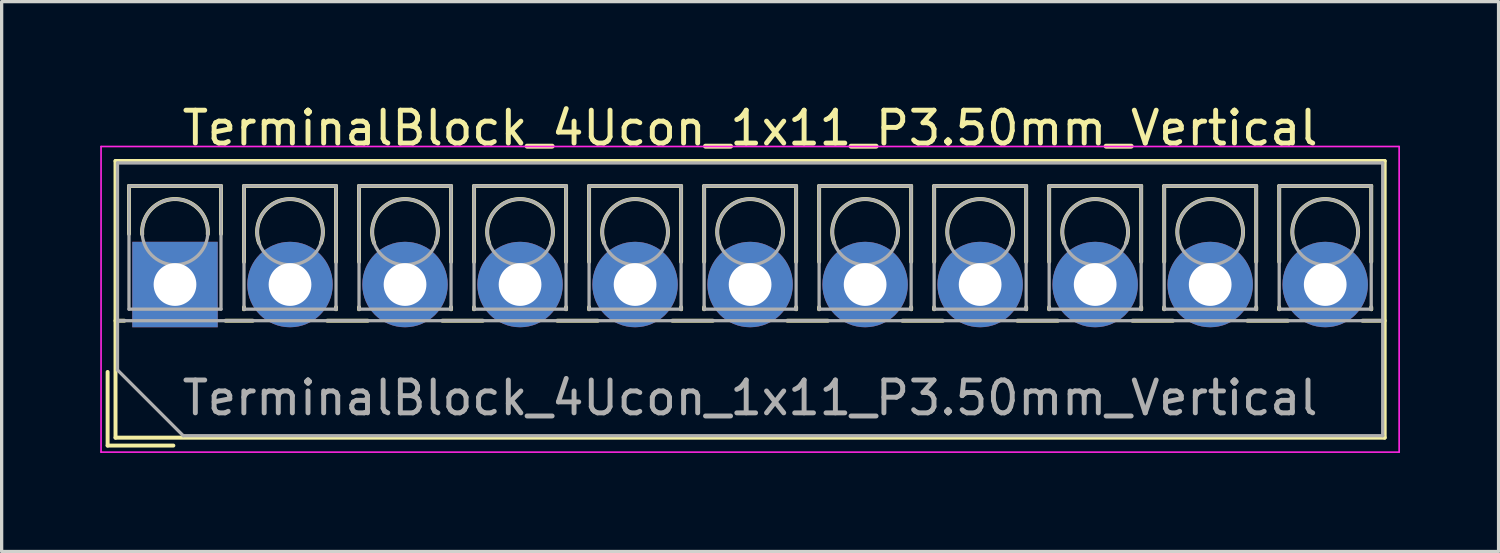
<source format=kicad_pcb>
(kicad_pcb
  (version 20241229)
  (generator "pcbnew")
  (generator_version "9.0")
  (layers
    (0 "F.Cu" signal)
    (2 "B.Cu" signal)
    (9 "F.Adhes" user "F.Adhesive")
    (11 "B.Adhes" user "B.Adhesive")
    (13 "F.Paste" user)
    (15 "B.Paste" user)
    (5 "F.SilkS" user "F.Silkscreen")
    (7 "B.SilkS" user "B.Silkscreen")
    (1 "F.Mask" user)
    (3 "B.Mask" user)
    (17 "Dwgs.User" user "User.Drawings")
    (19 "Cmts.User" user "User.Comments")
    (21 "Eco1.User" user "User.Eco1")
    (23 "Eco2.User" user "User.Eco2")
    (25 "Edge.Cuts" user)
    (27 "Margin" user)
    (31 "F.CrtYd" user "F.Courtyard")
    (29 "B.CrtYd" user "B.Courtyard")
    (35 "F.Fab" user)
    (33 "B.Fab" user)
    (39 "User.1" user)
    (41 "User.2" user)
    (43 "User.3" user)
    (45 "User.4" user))
  (footprint "TerminalBlock_4Ucon_1x11_P3.50mm_Vertical"
    (layer "F.Cu")
    (at 2.275 5.608)
    (property "Reference" "TerminalBlock_4Ucon_1x11_P3.50mm_Vertical" (at 17.5 -4.76 0) (layer "F.SilkS") (effects (font (size 1 1) (thickness 0.15))))
    (attr through_hole)
    (fp_line (start -2.05 2.66) (end -2.05 4.9) (stroke (width 0.12) (type solid)) (layer "F.SilkS"))
    (fp_line (start -2.05 4.9) (end -0.05 4.9) (stroke (width 0.12) (type solid)) (layer "F.SilkS"))
    (fp_line (start -1.81 -3.76) (end -1.81 4.66) (stroke (width 0.12) (type solid)) (layer "F.SilkS"))
    (fp_line (start -1.81 -3.76) (end 36.81 -3.76) (stroke (width 0.12) (type solid)) (layer "F.SilkS"))
    (fp_line (start -1.81 1.101) (end -1.54 1.101) (stroke (width 0.12) (type solid)) (layer "F.SilkS"))
    (fp_line (start -1.81 4.66) (end 36.81 4.66) (stroke (width 0.12) (type solid)) (layer "F.SilkS"))
    (fp_line (start -1.4 -3) (end -1.4 -1.54) (stroke (width 0.12) (type solid)) (layer "F.SilkS"))
    (fp_line (start -1.4 -3) (end 1.4 -3) (stroke (width 0.12) (type solid)) (layer "F.SilkS"))
    (fp_line (start 1.4 -3) (end 1.4 -1.54) (stroke (width 0.12) (type solid)) (layer "F.SilkS"))
    (fp_line (start 1.54 1.101) (end 2.367 1.101) (stroke (width 0.12) (type solid)) (layer "F.SilkS"))
    (fp_line (start 2.1 -3) (end 2.1 -0.689) (stroke (width 0.12) (type solid)) (layer "F.SilkS"))
    (fp_line (start 2.1 -3) (end 4.9 -3) (stroke (width 0.12) (type solid)) (layer "F.SilkS"))
    (fp_line (start 2.1 0.689) (end 2.1 0.75) (stroke (width 0.12) (type solid)) (layer "F.SilkS"))
    (fp_line (start 2.1 0.75) (end 2.101 0.75) (stroke (width 0.12) (type solid)) (layer "F.SilkS"))
    (fp_line (start 4.634 1.101) (end 5.867 1.101) (stroke (width 0.12) (type solid)) (layer "F.SilkS"))
    (fp_line (start 4.9 -3) (end 4.9 -0.689) (stroke (width 0.12) (type solid)) (layer "F.SilkS"))
    (fp_line (start 4.9 0.689) (end 4.9 0.75) (stroke (width 0.12) (type solid)) (layer "F.SilkS"))
    (fp_line (start 4.9 0.75) (end 4.9 0.75) (stroke (width 0.12) (type solid)) (layer "F.SilkS"))
    (fp_line (start 5.6 -3) (end 5.6 -0.689) (stroke (width 0.12) (type solid)) (layer "F.SilkS"))
    (fp_line (start 5.6 -3) (end 8.4 -3) (stroke (width 0.12) (type solid)) (layer "F.SilkS"))
    (fp_line (start 5.6 0.689) (end 5.6 0.75) (stroke (width 0.12) (type solid)) (layer "F.SilkS"))
    (fp_line (start 5.6 0.75) (end 5.601 0.75) (stroke (width 0.12) (type solid)) (layer "F.SilkS"))
    (fp_line (start 8.134 1.101) (end 9.367 1.101) (stroke (width 0.12) (type solid)) (layer "F.SilkS"))
    (fp_line (start 8.4 -3) (end 8.4 -0.689) (stroke (width 0.12) (type solid)) (layer "F.SilkS"))
    (fp_line (start 8.4 0.689) (end 8.4 0.75) (stroke (width 0.12) (type solid)) (layer "F.SilkS"))
    (fp_line (start 8.4 0.75) (end 8.4 0.75) (stroke (width 0.12) (type solid)) (layer "F.SilkS"))
    (fp_line (start 9.1 -3) (end 9.1 -0.689) (stroke (width 0.12) (type solid)) (layer "F.SilkS"))
    (fp_line (start 9.1 -3) (end 11.9 -3) (stroke (width 0.12) (type solid)) (layer "F.SilkS"))
    (fp_line (start 9.1 0.689) (end 9.1 0.75) (stroke (width 0.12) (type solid)) (layer "F.SilkS"))
    (fp_line (start 9.1 0.75) (end 9.101 0.75) (stroke (width 0.12) (type solid)) (layer "F.SilkS"))
    (fp_line (start 11.634 1.101) (end 12.867 1.101) (stroke (width 0.12) (type solid)) (layer "F.SilkS"))
    (fp_line (start 11.9 -3) (end 11.9 -0.689) (stroke (width 0.12) (type solid)) (layer "F.SilkS"))
    (fp_line (start 11.9 0.689) (end 11.9 0.75) (stroke (width 0.12) (type solid)) (layer "F.SilkS"))
    (fp_line (start 11.9 0.75) (end 11.9 0.75) (stroke (width 0.12) (type solid)) (layer "F.SilkS"))
    (fp_line (start 12.6 -3) (end 12.6 -0.689) (stroke (width 0.12) (type solid)) (layer "F.SilkS"))
    (fp_line (start 12.6 -3) (end 15.4 -3) (stroke (width 0.12) (type solid)) (layer "F.SilkS"))
    (fp_line (start 12.6 0.689) (end 12.6 0.75) (stroke (width 0.12) (type solid)) (layer "F.SilkS"))
    (fp_line (start 12.6 0.75) (end 12.601 0.75) (stroke (width 0.12) (type solid)) (layer "F.SilkS"))
    (fp_line (start 15.134 1.101) (end 16.367 1.101) (stroke (width 0.12) (type solid)) (layer "F.SilkS"))
    (fp_line (start 15.4 -3) (end 15.4 -0.689) (stroke (width 0.12) (type solid)) (layer "F.SilkS"))
    (fp_line (start 15.4 0.689) (end 15.4 0.75) (stroke (width 0.12) (type solid)) (layer "F.SilkS"))
    (fp_line (start 15.4 0.75) (end 15.4 0.75) (stroke (width 0.12) (type solid)) (layer "F.SilkS"))
    (fp_line (start 16.101 -3) (end 16.101 -0.689) (stroke (width 0.12) (type solid)) (layer "F.SilkS"))
    (fp_line (start 16.101 -3) (end 18.9 -3) (stroke (width 0.12) (type solid)) (layer "F.SilkS"))
    (fp_line (start 16.101 0.689) (end 16.101 0.75) (stroke (width 0.12) (type solid)) (layer "F.SilkS"))
    (fp_line (start 16.101 0.75) (end 16.101 0.75) (stroke (width 0.12) (type solid)) (layer "F.SilkS"))
    (fp_line (start 18.634 1.101) (end 19.867 1.101) (stroke (width 0.12) (type solid)) (layer "F.SilkS"))
    (fp_line (start 18.9 -3) (end 18.9 -0.689) (stroke (width 0.12) (type solid)) (layer "F.SilkS"))
    (fp_line (start 18.9 0.689) (end 18.9 0.75) (stroke (width 0.12) (type solid)) (layer "F.SilkS"))
    (fp_line (start 18.9 0.75) (end 18.9 0.75) (stroke (width 0.12) (type solid)) (layer "F.SilkS"))
    (fp_line (start 19.6 -3) (end 19.6 -0.689) (stroke (width 0.12) (type solid)) (layer "F.SilkS"))
    (fp_line (start 19.6 -3) (end 22.4 -3) (stroke (width 0.12) (type solid)) (layer "F.SilkS"))
    (fp_line (start 19.6 0.689) (end 19.6 0.75) (stroke (width 0.12) (type solid)) (layer "F.SilkS"))
    (fp_line (start 19.6 0.75) (end 19.601 0.75) (stroke (width 0.12) (type solid)) (layer "F.SilkS"))
    (fp_line (start 22.134 1.101) (end 23.367 1.101) (stroke (width 0.12) (type solid)) (layer "F.SilkS"))
    (fp_line (start 22.4 -3) (end 22.4 -0.689) (stroke (width 0.12) (type solid)) (layer "F.SilkS"))
    (fp_line (start 22.4 0.689) (end 22.4 0.75) (stroke (width 0.12) (type solid)) (layer "F.SilkS"))
    (fp_line (start 22.4 0.75) (end 22.4 0.75) (stroke (width 0.12) (type solid)) (layer "F.SilkS"))
    (fp_line (start 23.1 -3) (end 23.1 -0.689) (stroke (width 0.12) (type solid)) (layer "F.SilkS"))
    (fp_line (start 23.1 -3) (end 25.9 -3) (stroke (width 0.12) (type solid)) (layer "F.SilkS"))
    (fp_line (start 23.1 0.689) (end 23.1 0.75) (stroke (width 0.12) (type solid)) (layer "F.SilkS"))
    (fp_line (start 23.1 0.75) (end 23.101 0.75) (stroke (width 0.12) (type solid)) (layer "F.SilkS"))
    (fp_line (start 25.634 1.101) (end 26.867 1.101) (stroke (width 0.12) (type solid)) (layer "F.SilkS"))
    (fp_line (start 25.9 -3) (end 25.9 -0.689) (stroke (width 0.12) (type solid)) (layer "F.SilkS"))
    (fp_line (start 25.9 0.689) (end 25.9 0.75) (stroke (width 0.12) (type solid)) (layer "F.SilkS"))
    (fp_line (start 25.9 0.75) (end 25.9 0.75) (stroke (width 0.12) (type solid)) (layer "F.SilkS"))
    (fp_line (start 26.6 -3) (end 26.6 -0.689) (stroke (width 0.12) (type solid)) (layer "F.SilkS"))
    (fp_line (start 26.6 -3) (end 29.4 -3) (stroke (width 0.12) (type solid)) (layer "F.SilkS"))
    (fp_line (start 26.6 0.689) (end 26.6 0.75) (stroke (width 0.12) (type solid)) (layer "F.SilkS"))
    (fp_line (start 26.6 0.75) (end 26.601 0.75) (stroke (width 0.12) (type solid)) (layer "F.SilkS"))
    (fp_line (start 29.134 1.101) (end 30.367 1.101) (stroke (width 0.12) (type solid)) (layer "F.SilkS"))
    (fp_line (start 29.4 -3) (end 29.4 -0.689) (stroke (width 0.12) (type solid)) (layer "F.SilkS"))
    (fp_line (start 29.4 0.689) (end 29.4 0.75) (stroke (width 0.12) (type solid)) (layer "F.SilkS"))
    (fp_line (start 29.4 0.75) (end 29.4 0.75) (stroke (width 0.12) (type solid)) (layer "F.SilkS"))
    (fp_line (start 30.1 -3) (end 30.1 -0.689) (stroke (width 0.12) (type solid)) (layer "F.SilkS"))
    (fp_line (start 30.1 -3) (end 32.9 -3) (stroke (width 0.12) (type solid)) (layer "F.SilkS"))
    (fp_line (start 30.1 0.689) (end 30.1 0.75) (stroke (width 0.12) (type solid)) (layer "F.SilkS"))
    (fp_line (start 30.1 0.75) (end 30.101 0.75) (stroke (width 0.12) (type solid)) (layer "F.SilkS"))
    (fp_line (start 32.634 1.101) (end 33.867 1.101) (stroke (width 0.12) (type solid)) (layer "F.SilkS"))
    (fp_line (start 32.9 -3) (end 32.9 -0.689) (stroke (width 0.12) (type solid)) (layer "F.SilkS"))
    (fp_line (start 32.9 0.689) (end 32.9 0.75) (stroke (width 0.12) (type solid)) (layer "F.SilkS"))
    (fp_line (start 32.9 0.75) (end 32.9 0.75) (stroke (width 0.12) (type solid)) (layer "F.SilkS"))
    (fp_line (start 33.6 -3) (end 33.6 -0.689) (stroke (width 0.12) (type solid)) (layer "F.SilkS"))
    (fp_line (start 33.6 -3) (end 36.4 -3) (stroke (width 0.12) (type solid)) (layer "F.SilkS"))
    (fp_line (start 33.6 0.689) (end 33.6 0.75) (stroke (width 0.12) (type solid)) (layer "F.SilkS"))
    (fp_line (start 33.6 0.75) (end 33.601 0.75) (stroke (width 0.12) (type solid)) (layer "F.SilkS"))
    (fp_line (start 36.134 1.101) (end 36.81 1.101) (stroke (width 0.12) (type solid)) (layer "F.SilkS"))
    (fp_line (start 36.4 -3) (end 36.4 -0.689) (stroke (width 0.12) (type solid)) (layer "F.SilkS"))
    (fp_line (start 36.4 0.689) (end 36.4 0.75) (stroke (width 0.12) (type solid)) (layer "F.SilkS"))
    (fp_line (start 36.4 0.75) (end 36.4 0.75) (stroke (width 0.12) (type solid)) (layer "F.SilkS"))
    (fp_line (start 36.81 -3.76) (end 36.81 4.66) (stroke (width 0.12) (type solid)) (layer "F.SilkS"))
    (fp_arc (start -0.99789 -1.529434) (mid -0.000785 -2.600382) (end 0.998 -1.531) (stroke (width 0.12) (type solid)) (layer "F.SilkS"))
    (fp_arc (start 2.560085 -1.257767) (mid 3.499876 -2.600282) (end 4.44 -1.258) (stroke (width 0.12) (type solid)) (layer "F.SilkS"))
    (fp_arc (start 6.060085 -1.257767) (mid 6.999876 -2.600282) (end 7.94 -1.258) (stroke (width 0.12) (type solid)) (layer "F.SilkS"))
    (fp_arc (start 9.560085 -1.257767) (mid 10.499876 -2.600282) (end 11.44 -1.258) (stroke (width 0.12) (type solid)) (layer "F.SilkS"))
    (fp_arc (start 13.060085 -1.257767) (mid 13.999876 -2.600282) (end 14.94 -1.258) (stroke (width 0.12) (type solid)) (layer "F.SilkS"))
    (fp_arc (start 16.560085 -1.257767) (mid 17.499876 -2.600282) (end 18.44 -1.258) (stroke (width 0.12) (type solid)) (layer "F.SilkS"))
    (fp_arc (start 20.060085 -1.257767) (mid 20.999876 -2.600282) (end 21.94 -1.258) (stroke (width 0.12) (type solid)) (layer "F.SilkS"))
    (fp_arc (start 23.560085 -1.257767) (mid 24.499876 -2.600282) (end 25.44 -1.258) (stroke (width 0.12) (type solid)) (layer "F.SilkS"))
    (fp_arc (start 27.060085 -1.257767) (mid 27.999876 -2.600282) (end 28.94 -1.258) (stroke (width 0.12) (type solid)) (layer "F.SilkS"))
    (fp_arc (start 30.560085 -1.257767) (mid 31.499876 -2.600282) (end 32.44 -1.258) (stroke (width 0.12) (type solid)) (layer "F.SilkS"))
    (fp_arc (start 34.060085 -1.257767) (mid 34.999876 -2.600282) (end 35.94 -1.258) (stroke (width 0.12) (type solid)) (layer "F.SilkS"))
    (fp_line (start -2.25 -4.2) (end -2.25 5.1) (stroke (width 0.05) (type solid)) (layer "F.CrtYd"))
    (fp_line (start -2.25 5.1) (end 37.25 5.1) (stroke (width 0.05) (type solid)) (layer "F.CrtYd"))
    (fp_line (start 37.25 -4.2) (end -2.25 -4.2) (stroke (width 0.05) (type solid)) (layer "F.CrtYd"))
    (fp_line (start 37.25 5.1) (end 37.25 -4.2) (stroke (width 0.05) (type solid)) (layer "F.CrtYd"))
    (fp_line (start -1.75 -3.7) (end 36.75 -3.7) (stroke (width 0.1) (type solid)) (layer "F.Fab"))
    (fp_line (start -1.75 1.1) (end 36.75 1.1) (stroke (width 0.1) (type solid)) (layer "F.Fab"))
    (fp_line (start -1.75 2.6) (end -1.75 -3.7) (stroke (width 0.1) (type solid)) (layer "F.Fab"))
    (fp_line (start -1.4 -3) (end -1.4 0.75) (stroke (width 0.1) (type solid)) (layer "F.Fab"))
    (fp_line (start -1.4 0.75) (end 1.4 0.75) (stroke (width 0.1) (type solid)) (layer "F.Fab"))
    (fp_line (start 0.25 4.6) (end -1.75 2.6) (stroke (width 0.1) (type solid)) (layer "F.Fab"))
    (fp_line (start 1.4 -3) (end -1.4 -3) (stroke (width 0.1) (type solid)) (layer "F.Fab"))
    (fp_line (start 1.4 0.75) (end 1.4 -3) (stroke (width 0.1) (type solid)) (layer "F.Fab"))
    (fp_line (start 2.1 -3) (end 2.1 0.75) (stroke (width 0.1) (type solid)) (layer "F.Fab"))
    (fp_line (start 2.1 0.75) (end 4.9 0.75) (stroke (width 0.1) (type solid)) (layer "F.Fab"))
    (fp_line (start 4.9 -3) (end 2.1 -3) (stroke (width 0.1) (type solid)) (layer "F.Fab"))
    (fp_line (start 4.9 0.75) (end 4.9 -3) (stroke (width 0.1) (type solid)) (layer "F.Fab"))
    (fp_line (start 5.6 -3) (end 5.6 0.75) (stroke (width 0.1) (type solid)) (layer "F.Fab"))
    (fp_line (start 5.6 0.75) (end 8.4 0.75) (stroke (width 0.1) (type solid)) (layer "F.Fab"))
    (fp_line (start 8.4 -3) (end 5.6 -3) (stroke (width 0.1) (type solid)) (layer "F.Fab"))
    (fp_line (start 8.4 0.75) (end 8.4 -3) (stroke (width 0.1) (type solid)) (layer "F.Fab"))
    (fp_line (start 9.1 -3) (end 9.1 0.75) (stroke (width 0.1) (type solid)) (layer "F.Fab"))
    (fp_line (start 9.1 0.75) (end 11.9 0.75) (stroke (width 0.1) (type solid)) (layer "F.Fab"))
    (fp_line (start 11.9 -3) (end 9.1 -3) (stroke (width 0.1) (type solid)) (layer "F.Fab"))
    (fp_line (start 11.9 0.75) (end 11.9 -3) (stroke (width 0.1) (type solid)) (layer "F.Fab"))
    (fp_line (start 12.6 -3) (end 12.6 0.75) (stroke (width 0.1) (type solid)) (layer "F.Fab"))
    (fp_line (start 12.6 0.75) (end 15.4 0.75) (stroke (width 0.1) (type solid)) (layer "F.Fab"))
    (fp_line (start 15.4 -3) (end 12.6 -3) (stroke (width 0.1) (type solid)) (layer "F.Fab"))
    (fp_line (start 15.4 0.75) (end 15.4 -3) (stroke (width 0.1) (type solid)) (layer "F.Fab"))
    (fp_line (start 16.101 -3) (end 16.101 0.75) (stroke (width 0.1) (type solid)) (layer "F.Fab"))
    (fp_line (start 16.101 0.75) (end 18.9 0.75) (stroke (width 0.1) (type solid)) (layer "F.Fab"))
    (fp_line (start 18.9 -3) (end 16.101 -3) (stroke (width 0.1) (type solid)) (layer "F.Fab"))
    (fp_line (start 18.9 0.75) (end 18.9 -3) (stroke (width 0.1) (type solid)) (layer "F.Fab"))
    (fp_line (start 19.6 -3) (end 19.6 0.75) (stroke (width 0.1) (type solid)) (layer "F.Fab"))
    (fp_line (start 19.6 0.75) (end 22.4 0.75) (stroke (width 0.1) (type solid)) (layer "F.Fab"))
    (fp_line (start 22.4 -3) (end 19.6 -3) (stroke (width 0.1) (type solid)) (layer "F.Fab"))
    (fp_line (start 22.4 0.75) (end 22.4 -3) (stroke (width 0.1) (type solid)) (layer "F.Fab"))
    (fp_line (start 23.1 -3) (end 23.1 0.75) (stroke (width 0.1) (type solid)) (layer "F.Fab"))
    (fp_line (start 23.1 0.75) (end 25.9 0.75) (stroke (width 0.1) (type solid)) (layer "F.Fab"))
    (fp_line (start 25.9 -3) (end 23.1 -3) (stroke (width 0.1) (type solid)) (layer "F.Fab"))
    (fp_line (start 25.9 0.75) (end 25.9 -3) (stroke (width 0.1) (type solid)) (layer "F.Fab"))
    (fp_line (start 26.6 -3) (end 26.6 0.75) (stroke (width 0.1) (type solid)) (layer "F.Fab"))
    (fp_line (start 26.6 0.75) (end 29.4 0.75) (stroke (width 0.1) (type solid)) (layer "F.Fab"))
    (fp_line (start 29.4 -3) (end 26.6 -3) (stroke (width 0.1) (type solid)) (layer "F.Fab"))
    (fp_line (start 29.4 0.75) (end 29.4 -3) (stroke (width 0.1) (type solid)) (layer "F.Fab"))
    (fp_line (start 30.1 -3) (end 30.1 0.75) (stroke (width 0.1) (type solid)) (layer "F.Fab"))
    (fp_line (start 30.1 0.75) (end 32.9 0.75) (stroke (width 0.1) (type solid)) (layer "F.Fab"))
    (fp_line (start 32.9 -3) (end 30.1 -3) (stroke (width 0.1) (type solid)) (layer "F.Fab"))
    (fp_line (start 32.9 0.75) (end 32.9 -3) (stroke (width 0.1) (type solid)) (layer "F.Fab"))
    (fp_line (start 33.6 -3) (end 33.6 0.75) (stroke (width 0.1) (type solid)) (layer "F.Fab"))
    (fp_line (start 33.6 0.75) (end 36.4 0.75) (stroke (width 0.1) (type solid)) (layer "F.Fab"))
    (fp_line (start 36.4 -3) (end 33.6 -3) (stroke (width 0.1) (type solid)) (layer "F.Fab"))
    (fp_line (start 36.4 0.75) (end 36.4 -3) (stroke (width 0.1) (type solid)) (layer "F.Fab"))
    (fp_line (start 36.75 -3.7) (end 36.75 4.6) (stroke (width 0.1) (type solid)) (layer "F.Fab"))
    (fp_line (start 36.75 4.6) (end 0.25 4.6) (stroke (width 0.1) (type solid)) (layer "F.Fab"))
    (fp_circle (center 0 -1.6) (end 1 -1.6) (stroke (width 0.1) (type solid)) (fill no) (layer "F.Fab"))
    (fp_circle (center 3.5 -1.6) (end 4.5 -1.6) (stroke (width 0.1) (type solid)) (fill no) (layer "F.Fab"))
    (fp_circle (center 7 -1.6) (end 8 -1.6) (stroke (width 0.1) (type solid)) (fill no) (layer "F.Fab"))
    (fp_circle (center 10.5 -1.6) (end 11.5 -1.6) (stroke (width 0.1) (type solid)) (fill no) (layer "F.Fab"))
    (fp_circle (center 14 -1.6) (end 15 -1.6) (stroke (width 0.1) (type solid)) (fill no) (layer "F.Fab"))
    (fp_circle (center 17.5 -1.6) (end 18.5 -1.6) (stroke (width 0.1) (type solid)) (fill no) (layer "F.Fab"))
    (fp_circle (center 21 -1.6) (end 22 -1.6) (stroke (width 0.1) (type solid)) (fill no) (layer "F.Fab"))
    (fp_circle (center 24.5 -1.6) (end 25.5 -1.6) (stroke (width 0.1) (type solid)) (fill no) (layer "F.Fab"))
    (fp_circle (center 28 -1.6) (end 29 -1.6) (stroke (width 0.1) (type solid)) (fill no) (layer "F.Fab"))
    (fp_circle (center 31.5 -1.6) (end 32.5 -1.6) (stroke (width 0.1) (type solid)) (fill no) (layer "F.Fab"))
    (fp_circle (center 35 -1.6) (end 36 -1.6) (stroke (width 0.1) (type solid)) (fill no) (layer "F.Fab"))
    (fp_text user "${REFERENCE}" (at 17.5 3.45 0) (layer "F.Fab") (effects (font (size 1 1) (thickness 0.15))))
    (pad "1" thru_hole rect (at 0 0) (size 2.6 2.6) (drill 1.3) (layers "*.Cu" "*.Mask"))
    (pad "2" thru_hole circle (at 3.5 0) (size 2.6 2.6) (drill 1.3) (layers "*.Cu" "*.Mask"))
    (pad "3" thru_hole circle (at 7 0) (size 2.6 2.6) (drill 1.3) (layers "*.Cu" "*.Mask"))
    (pad "4" thru_hole circle (at 10.5 0) (size 2.6 2.6) (drill 1.3) (layers "*.Cu" "*.Mask"))
    (pad "5" thru_hole circle (at 14 0) (size 2.6 2.6) (drill 1.3) (layers "*.Cu" "*.Mask"))
    (pad "6" thru_hole circle (at 17.5 0) (size 2.6 2.6) (drill 1.3) (layers "*.Cu" "*.Mask"))
    (pad "7" thru_hole circle (at 21 0) (size 2.6 2.6) (drill 1.3) (layers "*.Cu" "*.Mask"))
    (pad "8" thru_hole circle (at 24.5 0) (size 2.6 2.6) (drill 1.3) (layers "*.Cu" "*.Mask"))
    (pad "9" thru_hole circle (at 28 0) (size 2.6 2.6) (drill 1.3) (layers "*.Cu" "*.Mask"))
    (pad "10" thru_hole circle (at 31.5 0) (size 2.6 2.6) (drill 1.3) (layers "*.Cu" "*.Mask"))
    (pad "11" thru_hole circle (at 35 0) (size 2.6 2.6) (drill 1.3) (layers "*.Cu" "*.Mask")))
  (gr_rect
    (start -3 -3)
    (end 42.55 13.733)
    (stroke (width 0.1) (type default))
    (fill no)
    (layer "Edge.Cuts")))
</source>
